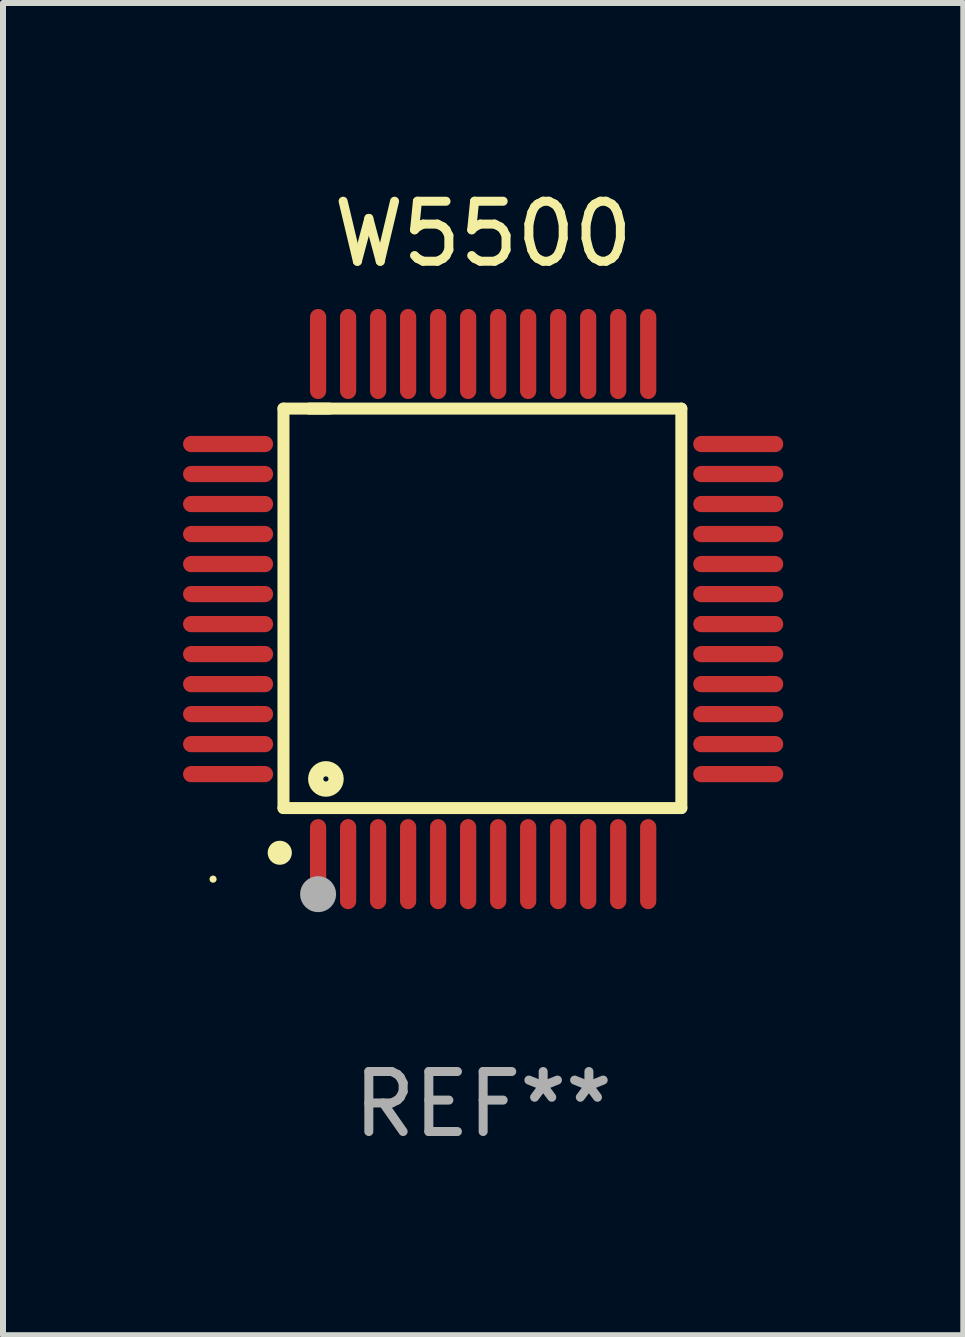
<source format=kicad_pcb>
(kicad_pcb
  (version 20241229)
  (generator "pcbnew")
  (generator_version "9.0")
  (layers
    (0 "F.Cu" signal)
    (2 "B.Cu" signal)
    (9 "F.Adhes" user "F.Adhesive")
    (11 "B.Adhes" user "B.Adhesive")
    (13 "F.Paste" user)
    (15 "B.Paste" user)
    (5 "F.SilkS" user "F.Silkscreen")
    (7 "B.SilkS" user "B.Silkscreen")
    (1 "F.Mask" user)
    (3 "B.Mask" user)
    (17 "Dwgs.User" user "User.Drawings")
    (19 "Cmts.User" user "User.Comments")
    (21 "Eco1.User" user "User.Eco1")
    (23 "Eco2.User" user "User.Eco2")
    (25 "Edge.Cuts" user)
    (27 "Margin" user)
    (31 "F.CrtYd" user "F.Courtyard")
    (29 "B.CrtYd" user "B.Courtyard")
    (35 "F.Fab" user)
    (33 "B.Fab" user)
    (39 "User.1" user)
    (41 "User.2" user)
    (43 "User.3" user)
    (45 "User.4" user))
  (footprint "W5500"
    (layer "F.Cu")
    (at 5 7.098)
    (property "Reference" "W5500" (at 0 -6.25 0) (layer "F.SilkS") (effects (font (size 1 1) (thickness 0.15))))
    (attr through_hole)
    (fp_line (start -3.327 -3.34) (end -2.565 -3.34) (stroke (width 0.2) (type solid)) (layer "F.SilkS"))
    (fp_line (start -3.327 3.315) (end -3.327 -3.34) (stroke (width 0.2) (type solid)) (layer "F.SilkS"))
    (fp_line (start -2.896 -3.34) (end 3.302 -3.34) (stroke (width 0.2) (type solid)) (layer "F.SilkS"))
    (fp_line (start 3.302 -3.34) (end 3.302 3.315) (stroke (width 0.2) (type solid)) (layer "F.SilkS"))
    (fp_line (start 3.302 3.315) (end -3.327 3.315) (stroke (width 0.2) (type solid)) (layer "F.SilkS"))
    (fp_arc (start -3.389992 4.059995) (mid -3.388722 4.059991) (end -3.387452 4.059995) (stroke (width 0.4) (type solid)) (layer "F.SilkS"))
    (fp_circle (center -4.5 4.5) (end -4.47 4.5) (stroke (width 0.06) (type solid)) (fill no) (layer "F.SilkS"))
    (fp_circle (center -2.62 2.83) (end -2.45 2.83) (stroke (width 0.254) (type solid)) (fill no) (layer "F.SilkS"))
    (fp_circle (center -2.75 4.75) (end -2.6 4.75) (stroke (width 0.3) (type solid)) (fill no) (layer "F.Fab"))
    (fp_text user "REF**" (at 0 8.25 0) (layer "F.Fab") (effects (font (size 1 1) (thickness 0.15))))
    (pad "1" smd oval (at -2.75 4.25) (size 0.27 1.5) (layers "F.Cu" "F.Mask" "F.Paste"))
    (pad "2" smd oval (at -2.25 4.25) (size 0.27 1.5) (layers "F.Cu" "F.Mask" "F.Paste"))
    (pad "3" smd oval (at -1.75 4.25) (size 0.27 1.5) (layers "F.Cu" "F.Mask" "F.Paste"))
    (pad "4" smd oval (at -1.25 4.25) (size 0.27 1.5) (layers "F.Cu" "F.Mask" "F.Paste"))
    (pad "5" smd oval (at -0.75 4.25) (size 0.27 1.5) (layers "F.Cu" "F.Mask" "F.Paste"))
    (pad "6" smd oval (at -0.25 4.25) (size 0.27 1.5) (layers "F.Cu" "F.Mask" "F.Paste"))
    (pad "7" smd oval (at 0.25 4.25) (size 0.27 1.5) (layers "F.Cu" "F.Mask" "F.Paste"))
    (pad "8" smd oval (at 0.75 4.25) (size 0.27 1.5) (layers "F.Cu" "F.Mask" "F.Paste"))
    (pad "9" smd oval (at 1.25 4.25) (size 0.27 1.5) (layers "F.Cu" "F.Mask" "F.Paste"))
    (pad "10" smd oval (at 1.75 4.25) (size 0.27 1.5) (layers "F.Cu" "F.Mask" "F.Paste"))
    (pad "11" smd oval (at 2.25 4.25) (size 0.27 1.5) (layers "F.Cu" "F.Mask" "F.Paste"))
    (pad "12" smd oval (at 2.75 4.25) (size 0.27 1.5) (layers "F.Cu" "F.Mask" "F.Paste"))
    (pad "13" smd oval (at 4.25 2.75) (size 1.5 0.27) (layers "F.Cu" "F.Mask" "F.Paste"))
    (pad "14" smd oval (at 4.25 2.25) (size 1.5 0.27) (layers "F.Cu" "F.Mask" "F.Paste"))
    (pad "15" smd oval (at 4.25 1.75) (size 1.5 0.27) (layers "F.Cu" "F.Mask" "F.Paste"))
    (pad "16" smd oval (at 4.25 1.25) (size 1.5 0.27) (layers "F.Cu" "F.Mask" "F.Paste"))
    (pad "17" smd oval (at 4.25 0.75) (size 1.5 0.27) (layers "F.Cu" "F.Mask" "F.Paste"))
    (pad "18" smd oval (at 4.25 0.25) (size 1.5 0.27) (layers "F.Cu" "F.Mask" "F.Paste"))
    (pad "19" smd oval (at 4.25 -0.25) (size 1.5 0.27) (layers "F.Cu" "F.Mask" "F.Paste"))
    (pad "20" smd oval (at 4.25 -0.75) (size 1.5 0.27) (layers "F.Cu" "F.Mask" "F.Paste"))
    (pad "21" smd oval (at 4.25 -1.25) (size 1.5 0.27) (layers "F.Cu" "F.Mask" "F.Paste"))
    (pad "22" smd oval (at 4.25 -1.75) (size 1.5 0.27) (layers "F.Cu" "F.Mask" "F.Paste"))
    (pad "23" smd oval (at 4.25 -2.25) (size 1.5 0.27) (layers "F.Cu" "F.Mask" "F.Paste"))
    (pad "24" smd oval (at 4.25 -2.75) (size 1.5 0.27) (layers "F.Cu" "F.Mask" "F.Paste"))
    (pad "25" smd oval (at 2.75 -4.25) (size 0.27 1.5) (layers "F.Cu" "F.Mask" "F.Paste"))
    (pad "26" smd oval (at 2.25 -4.25) (size 0.27 1.5) (layers "F.Cu" "F.Mask" "F.Paste"))
    (pad "27" smd oval (at 1.75 -4.25) (size 0.27 1.5) (layers "F.Cu" "F.Mask" "F.Paste"))
    (pad "28" smd oval (at 1.25 -4.25) (size 0.27 1.5) (layers "F.Cu" "F.Mask" "F.Paste"))
    (pad "29" smd oval (at 0.75 -4.25) (size 0.27 1.5) (layers "F.Cu" "F.Mask" "F.Paste"))
    (pad "30" smd oval (at 0.25 -4.25) (size 0.27 1.5) (layers "F.Cu" "F.Mask" "F.Paste"))
    (pad "31" smd oval (at -0.25 -4.25) (size 0.27 1.5) (layers "F.Cu" "F.Mask" "F.Paste"))
    (pad "32" smd oval (at -0.75 -4.25) (size 0.27 1.5) (layers "F.Cu" "F.Mask" "F.Paste"))
    (pad "33" smd oval (at -1.25 -4.25) (size 0.27 1.5) (layers "F.Cu" "F.Mask" "F.Paste"))
    (pad "34" smd oval (at -1.75 -4.25) (size 0.27 1.5) (layers "F.Cu" "F.Mask" "F.Paste"))
    (pad "35" smd oval (at -2.25 -4.25) (size 0.27 1.5) (layers "F.Cu" "F.Mask" "F.Paste"))
    (pad "36" smd oval (at -2.75 -4.25) (size 0.27 1.5) (layers "F.Cu" "F.Mask" "F.Paste"))
    (pad "37" smd oval (at -4.25 -2.75) (size 1.5 0.27) (layers "F.Cu" "F.Mask" "F.Paste"))
    (pad "38" smd oval (at -4.25 -2.25) (size 1.5 0.27) (layers "F.Cu" "F.Mask" "F.Paste"))
    (pad "39" smd oval (at -4.25 -1.75) (size 1.5 0.27) (layers "F.Cu" "F.Mask" "F.Paste"))
    (pad "40" smd oval (at -4.25 -1.25) (size 1.5 0.27) (layers "F.Cu" "F.Mask" "F.Paste"))
    (pad "41" smd oval (at -4.25 -0.75) (size 1.5 0.27) (layers "F.Cu" "F.Mask" "F.Paste"))
    (pad "42" smd oval (at -4.25 -0.25) (size 1.5 0.27) (layers "F.Cu" "F.Mask" "F.Paste"))
    (pad "43" smd oval (at -4.25 0.25) (size 1.5 0.27) (layers "F.Cu" "F.Mask" "F.Paste"))
    (pad "44" smd oval (at -4.25 0.75) (size 1.5 0.27) (layers "F.Cu" "F.Mask" "F.Paste"))
    (pad "45" smd oval (at -4.25 1.25) (size 1.5 0.27) (layers "F.Cu" "F.Mask" "F.Paste"))
    (pad "46" smd oval (at -4.25 1.75) (size 1.5 0.27) (layers "F.Cu" "F.Mask" "F.Paste"))
    (pad "47" smd oval (at -4.25 2.25) (size 1.5 0.27) (layers "F.Cu" "F.Mask" "F.Paste"))
    (pad "48" smd oval (at -4.25 2.75) (size 1.5 0.27) (layers "F.Cu" "F.Mask" "F.Paste")))
  (gr_rect
    (start -3 -3)
    (end 13 19.196)
    (stroke (width 0.1) (type default))
    (fill no)
    (layer "Edge.Cuts")))
</source>
